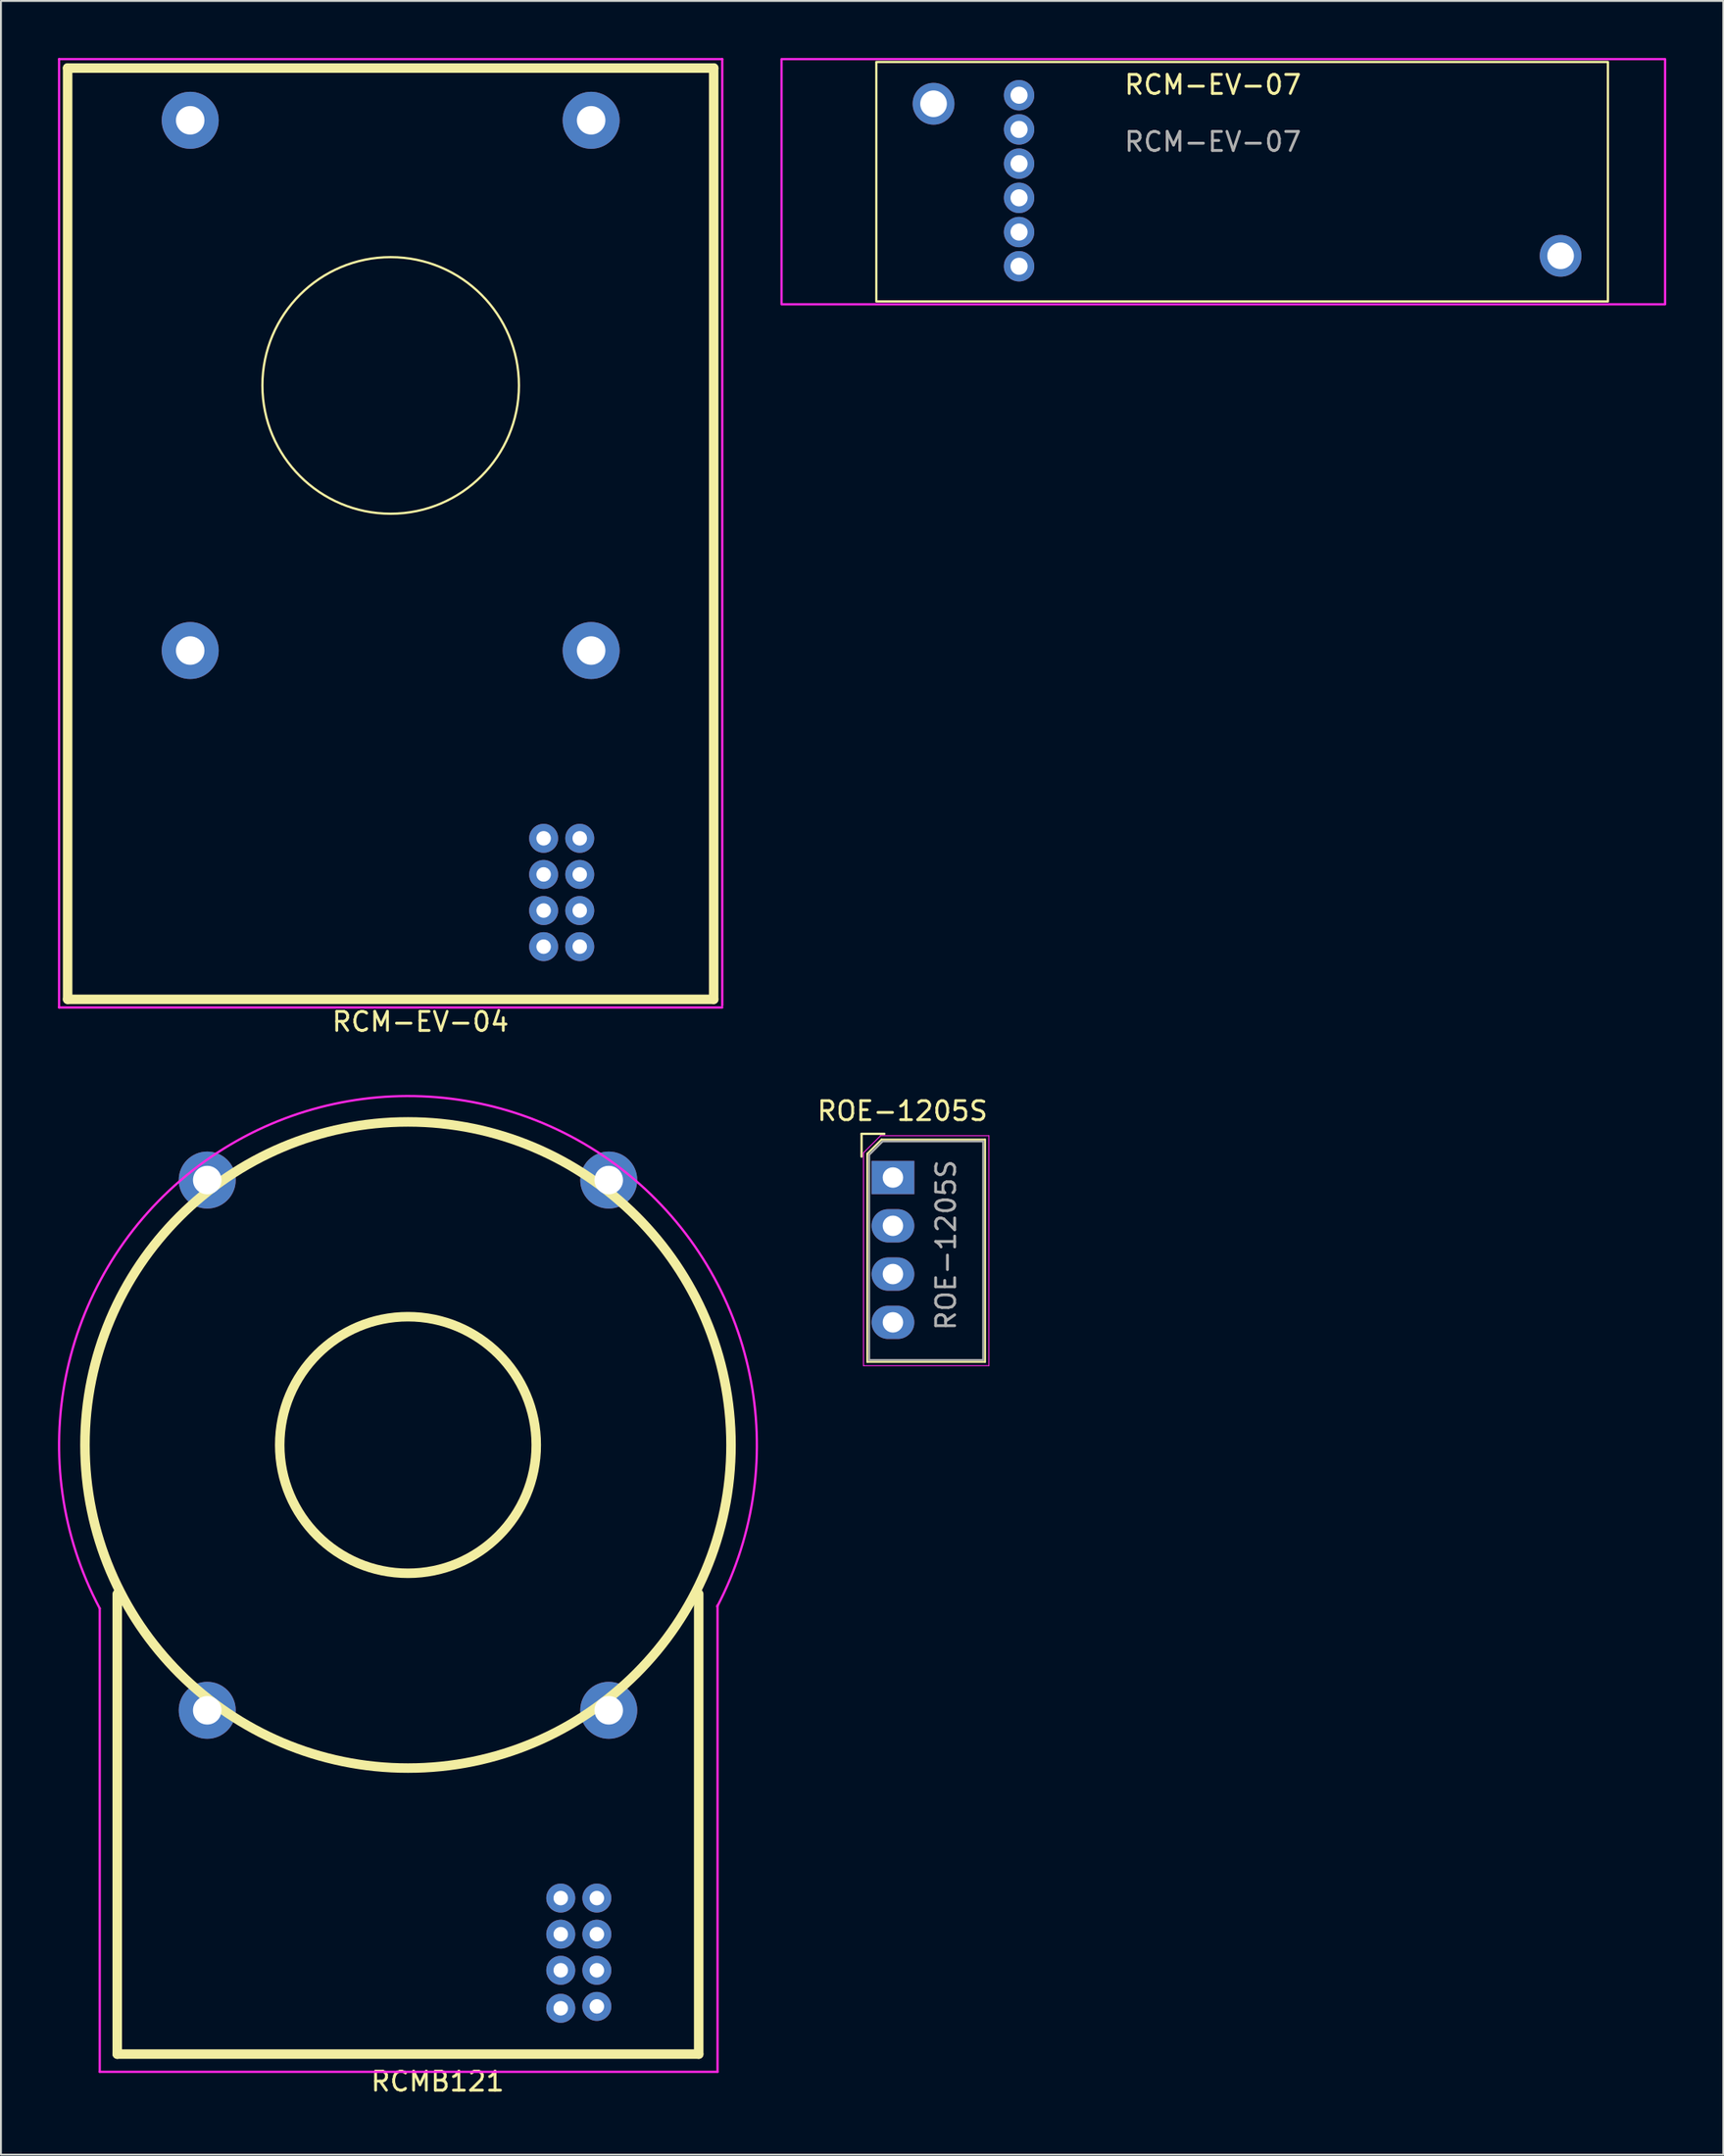
<source format=kicad_pcb>
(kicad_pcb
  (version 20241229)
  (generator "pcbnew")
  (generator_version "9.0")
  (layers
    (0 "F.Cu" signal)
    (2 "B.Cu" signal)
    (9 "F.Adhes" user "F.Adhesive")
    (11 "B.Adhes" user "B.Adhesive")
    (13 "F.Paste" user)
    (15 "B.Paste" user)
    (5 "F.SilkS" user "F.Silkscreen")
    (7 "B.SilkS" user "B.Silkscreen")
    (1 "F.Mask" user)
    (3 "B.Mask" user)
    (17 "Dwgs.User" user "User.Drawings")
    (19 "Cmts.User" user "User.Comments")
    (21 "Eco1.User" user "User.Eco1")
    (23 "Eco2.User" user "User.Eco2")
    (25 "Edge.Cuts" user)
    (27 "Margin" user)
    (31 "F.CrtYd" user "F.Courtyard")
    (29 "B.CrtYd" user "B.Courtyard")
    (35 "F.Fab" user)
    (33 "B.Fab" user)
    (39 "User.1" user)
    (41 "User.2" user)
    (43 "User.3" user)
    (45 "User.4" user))
  (footprint "RCM-EV-04"
    (layer "F.Cu")
    (at 27.46 41.06)
    (property "Reference" "RCM-EV-04" (at -8.382 9.652 0) (layer "F.SilkS") (effects (font (size 1 1) (thickness 0.15))))
    (attr through_hole)
    (fp_line (start -26.95 -40.53) (end 7.05 -40.53) (stroke (width 0.5) (type solid)) (layer "F.SilkS"))
    (fp_line (start -26.95 8.47) (end -26.95 -40.53) (stroke (width 0.5) (type solid)) (layer "F.SilkS"))
    (fp_line (start 7.05 -40.53) (end 7.05 8.47) (stroke (width 0.5) (type solid)) (layer "F.SilkS"))
    (fp_line (start 7.05 8.47) (end -26.95 8.47) (stroke (width 0.5) (type solid)) (layer "F.SilkS"))
    (fp_circle (center -9.95 -23.83) (end -3.2 -23.83) (stroke (width 0.12) (type solid)) (fill no) (layer "F.SilkS"))
    (fp_line (start -27.4 -41) (end -27.4 8.9) (stroke (width 0.12) (type solid)) (layer "F.CrtYd"))
    (fp_line (start -27.4 8.9) (end 7.5 8.9) (stroke (width 0.12) (type solid)) (layer "F.CrtYd"))
    (fp_line (start 7.5 -41) (end -27.4 -41) (stroke (width 0.12) (type solid)) (layer "F.CrtYd"))
    (fp_line (start 7.5 8.8) (end 7.5 -41) (stroke (width 0.12) (type solid)) (layer "F.CrtYd"))
    (pad "1" thru_hole circle (at 0 0) (size 1.524 1.524) (drill 0.762) (layers "*.Cu" "*.Mask"))
    (pad "2" thru_hole circle (at -1.9 0) (size 1.524 1.524) (drill 0.762) (layers "*.Cu" "*.Mask"))
    (pad "3" thru_hole circle (at 0 1.9) (size 1.524 1.524) (drill 0.762) (layers "*.Cu" "*.Mask"))
    (pad "4" thru_hole circle (at -1.9 1.9) (size 1.524 1.524) (drill 0.762) (layers "*.Cu" "*.Mask"))
    (pad "5" thru_hole circle (at 0 3.8) (size 1.524 1.524) (drill 0.762) (layers "*.Cu" "*.Mask"))
    (pad "6" thru_hole circle (at -1.9 3.8) (size 1.524 1.524) (drill 0.762) (layers "*.Cu" "*.Mask"))
    (pad "7" thru_hole circle (at 0 5.7) (size 1.524 1.524) (drill 0.762) (layers "*.Cu" "*.Mask"))
    (pad "8" thru_hole circle (at -1.9 5.7) (size 1.524 1.524) (drill 0.762) (layers "*.Cu" "*.Mask"))
    (pad "9" thru_hole circle (at 0.6 -37.78) (size 3 3) (drill 1.5) (layers "*.Cu" "*.Mask"))
    (pad "10" thru_hole circle (at -20.5 -37.78) (size 3 3) (drill 1.5) (layers "*.Cu" "*.Mask"))
    (pad "11" thru_hole circle (at -20.5 -9.88) (size 3 3) (drill 1.5) (layers "*.Cu" "*.Mask"))
    (pad "12" thru_hole circle (at 0.6 -9.88) (size 3 3) (drill 1.5) (layers "*.Cu" "*.Mask")))
  (footprint "ROE-1205S"
    (layer "F.Cu")
    (at 43.942 58.908)
    (property "Reference" "ROE-1205S" (at 0.5 -3.5 180) (layer "F.SilkS") (effects (font (size 1 1) (thickness 0.15))))
    (attr through_hole)
    (fp_line (start -1.65 -2.3) (end -1.65 -1.1) (stroke (width 0.12) (type solid)) (layer "F.SilkS"))
    (fp_line (start -1.35 -1.25) (end -0.6 -2) (stroke (width 0.1) (type default)) (layer "F.SilkS"))
    (fp_line (start -1.35 -1.2) (end -1.35 -1.25) (stroke (width 0.1) (type default)) (layer "F.SilkS"))
    (fp_line (start -1.35 9.7) (end -1.35 -1.2) (stroke (width 0.1) (type default)) (layer "F.SilkS"))
    (fp_line (start -1.35 9.7) (end 4.85 9.7) (stroke (width 0.1) (type default)) (layer "F.SilkS"))
    (fp_line (start -0.6 -2) (end 4.85 -2) (stroke (width 0.1) (type default)) (layer "F.SilkS"))
    (fp_line (start -0.45 -2.3) (end -1.65 -2.3) (stroke (width 0.12) (type solid)) (layer "F.SilkS"))
    (fp_line (start 4.85 -2) (end 4.85 9.7) (stroke (width 0.1) (type default)) (layer "F.SilkS"))
    (fp_line (start -1.55 -1.3) (end -1.55 9.9) (stroke (width 0.05) (type default)) (layer "F.CrtYd"))
    (fp_line (start -1.55 9.9) (end 5.05 9.9) (stroke (width 0.05) (type default)) (layer "F.CrtYd"))
    (fp_line (start -0.65 -2.2) (end -1.55 -1.3) (stroke (width 0.05) (type default)) (layer "F.CrtYd"))
    (fp_line (start 5.05 -2.2) (end -0.65 -2.2) (stroke (width 0.05) (type default)) (layer "F.CrtYd"))
    (fp_line (start 5.05 9.9) (end 5.05 -2.2) (stroke (width 0.05) (type default)) (layer "F.CrtYd"))
    (fp_line (start -1.25 -1.193) (end -1.25 9.6) (stroke (width 0.1) (type solid)) (layer "F.Fab"))
    (fp_line (start -1.25 9.6) (end 4.75 9.6) (stroke (width 0.1) (type solid)) (layer "F.Fab"))
    (fp_line (start -0.543 -1.9) (end -1.25 -1.193) (stroke (width 0.1) (type solid)) (layer "F.Fab"))
    (fp_line (start -0.543 -1.9) (end 4.75 -1.9) (stroke (width 0.1) (type solid)) (layer "F.Fab"))
    (fp_line (start 4.75 -1.9) (end 4.75 9.6) (stroke (width 0.1) (type solid)) (layer "F.Fab"))
    (fp_text user "${REFERENCE}" (at 2.794 3.556 270) (layer "F.Fab") (effects (font (size 1 1) (thickness 0.15))))
    (pad "1" thru_hole rect (at 0 0 270) (size 1.75 2.25) (drill 1.075) (layers "*.Cu" "*.Mask"))
    (pad "2" thru_hole oval (at 0 2.54 270) (size 1.75 2.25) (drill 1.075) (layers "*.Cu" "*.Mask"))
    (pad "3" thru_hole oval (at 0 5.08 270) (size 1.75 2.25) (drill 1.075) (layers "*.Cu" "*.Mask"))
    (pad "4" thru_hole oval (at 0 7.62 270) (size 1.75 2.25) (drill 1.075) (layers "*.Cu" "*.Mask")))
  (footprint "RCMB121"
    (layer "F.Cu")
    (at 28.361 96.821)
    (property "Reference" "RCMB121" (at -8.382 9.652 0) (layer "F.SilkS") (effects (font (size 1 1) (thickness 0.15))))
    (attr through_hole)
    (fp_line (start -25.24 8.21) (end -25.24 -16) (stroke (width 0.5) (type solid)) (layer "F.SilkS"))
    (fp_line (start -25.24 8.21) (end 5.36 8.21) (stroke (width 0.5) (type solid)) (layer "F.SilkS"))
    (fp_line (start 5.36 8.21) (end 5.36 -16) (stroke (width 0.5) (type solid)) (layer "F.SilkS"))
    (fp_circle (center -9.94 -23.84) (end -3.19 -23.84) (stroke (width 0.5) (type solid)) (fill no) (layer "F.SilkS"))
    (fp_circle (center -9.94 -23.84) (end 7.06 -23.84) (stroke (width 0.5) (type solid)) (fill no) (layer "F.SilkS"))
    (fp_line (start -26.162 -15.24) (end -26.162 9.144) (stroke (width 0.12) (type solid)) (layer "F.CrtYd"))
    (fp_line (start -26.162 9.144) (end 6.35 9.144) (stroke (width 0.12) (type solid)) (layer "F.CrtYd"))
    (fp_line (start 6.35 9.144) (end 6.35 -15.4) (stroke (width 0.12) (type solid)) (layer "F.CrtYd"))
    (fp_arc (start -26.162 -15.24) (mid -9.997695 -42.200554) (end 6.335727 -15.342119) (stroke (width 0.12) (type solid)) (layer "F.CrtYd"))
    (pad "1" thru_hole circle (at 0 0) (size 1.524 1.524) (drill 0.762) (layers "*.Cu" "*.Mask"))
    (pad "2" thru_hole circle (at -1.9 0) (size 1.524 1.524) (drill 0.762) (layers "*.Cu" "*.Mask"))
    (pad "3" thru_hole circle (at 0 1.9) (size 1.524 1.524) (drill 0.762) (layers "*.Cu" "*.Mask"))
    (pad "4" thru_hole circle (at -1.9 1.9) (size 1.524 1.524) (drill 0.762) (layers "*.Cu" "*.Mask"))
    (pad "5" thru_hole circle (at 0 3.8) (size 1.524 1.524) (drill 0.762) (layers "*.Cu" "*.Mask"))
    (pad "6" thru_hole circle (at -1.9 3.8) (size 1.524 1.524) (drill 0.762) (layers "*.Cu" "*.Mask"))
    (pad "7" thru_hole circle (at 0 5.7) (size 1.524 1.524) (drill 0.762) (layers "*.Cu" "*.Mask"))
    (pad "8" thru_hole circle (at -1.9 5.8) (size 1.524 1.524) (drill 0.762) (layers "*.Cu" "*.Mask"))
    (pad "9" thru_hole circle (at 0.625 -37.78) (size 3 3) (drill 1.5) (layers "*.Cu" "*.Mask"))
    (pad "10" thru_hole circle (at -20.505 -37.78) (size 3 3) (drill 1.5) (layers "*.Cu" "*.Mask"))
    (pad "11" thru_hole circle (at -20.505 -9.88) (size 3 3) (drill 1.5) (layers "*.Cu" "*.Mask"))
    (pad "12" thru_hole circle (at 0.625 -9.88) (size 3 3) (drill 1.5) (layers "*.Cu" "*.Mask")))
  (footprint "RCM-EV-07"
    (layer "F.Cu")
    (at 60.78 1.96)
    (property "Reference" "RCM-EV-07" (at 0 -0.55 0) (unlocked yes) (layer "F.SilkS") (effects (font (size 1 1) (thickness 0.15))))
    (attr through_hole)
    (fp_poly (pts (xy 20.789 -1.749) (xy 20.789 10.851) (xy -17.711 10.851) (xy -17.711 -1.749)) (stroke (width 0.12) (type solid)) (fill no) (layer "F.SilkS"))
    (fp_poly (pts (xy 23.8 -1.9) (xy 23.8 11) (xy -22.7 11) (xy -22.7 -1.9)) (stroke (width 0.12) (type solid)) (fill no) (layer "F.CrtYd"))
    (fp_text user "${REFERENCE}" (at 0 2.45 0) (unlocked yes) (layer "F.Fab") (effects (font (size 1 1) (thickness 0.15))))
    (pad "" thru_hole circle (at -14.7 0.45) (size 2.2 2.2) (drill 1.4) (layers "*.Cu" "*.Mask"))
    (pad "" thru_hole circle (at 18.3 8.45) (size 2.2 2.2) (drill 1.4) (layers "*.Cu" "*.Mask"))
    (pad "1" thru_hole circle (at -10.2 0) (size 1.6 1.6) (drill 0.9) (layers "*.Cu" "*.Mask"))
    (pad "2" thru_hole circle (at -10.2 1.8) (size 1.6 1.6) (drill 0.9) (layers "*.Cu" "*.Mask"))
    (pad "3" thru_hole circle (at -10.2 3.6) (size 1.6 1.6) (drill 0.9) (layers "*.Cu" "*.Mask"))
    (pad "4" thru_hole circle (at -10.2 5.4) (size 1.6 1.6) (drill 0.9) (layers "*.Cu" "*.Mask"))
    (pad "5" thru_hole circle (at -10.2 7.2) (size 1.6 1.6) (drill 0.9) (layers "*.Cu" "*.Mask"))
    (pad "6" thru_hole circle (at -10.2 9) (size 1.6 1.6) (drill 0.9) (layers "*.Cu" "*.Mask")))
  (gr_rect
    (start -3 -3)
    (end 87.64 110.321)
    (stroke (width 0.1) (type default))
    (fill no)
    (layer "Edge.Cuts")))
</source>
